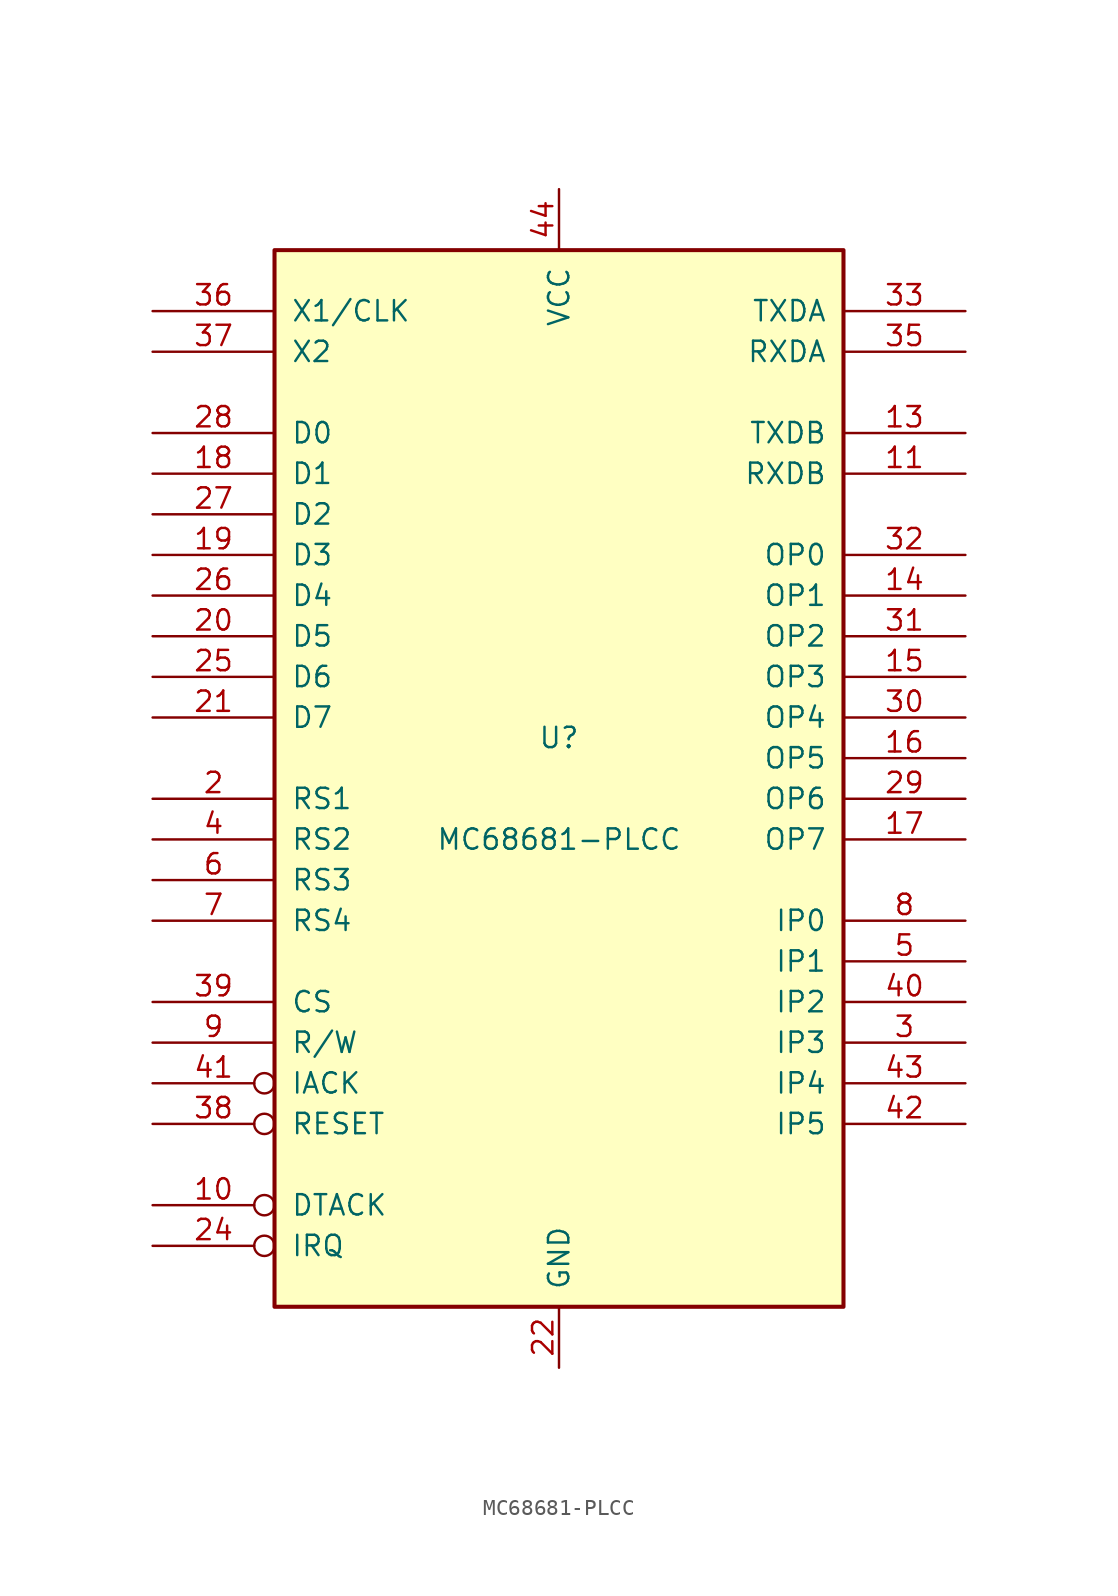
<source format=kicad_sym>
(kicad_symbol_lib
  (version 20211014)
  (generator kicad_symbol_editor)
  (symbol "MC68681-PLCC"
    (pin_names
      (offset 1.016))
    (property "Reference" "U"
      (at 0 3.81 0)
      (effects (font (size 1.27 1.27))))
    (property "Value" "MC68681-PLCC"
      (at 0 -2.54 0)
      (effects (font (size 1.27 1.27))))
    (symbol "MC68681-PLCC_0_1"
      (rectangle (start -17.78 -31.75) (end 17.78 34.29) (stroke (width 0.254) (type default) (color 0 0 0 0)) (fill (type background))))
    (symbol "MC68681-PLCC_1_1"
      (pin open_collector inverted (at -25.4 -25.4 0) (length 7.62) (name "DTACK" (effects (font (size 1.27 1.27)))) (number "10" (effects (font (size 1.27 1.27)))))
      (pin input line (at 25.4 20.32 180) (length 7.62) (name "RXDB" (effects (font (size 1.27 1.27)))) (number "11" (effects (font (size 1.27 1.27)))))
      (pin output line (at 25.4 22.86 180) (length 7.62) (name "TXDB" (effects (font (size 1.27 1.27)))) (number "13" (effects (font (size 1.27 1.27)))))
      (pin output line (at 25.4 12.7 180) (length 7.62) (name "OP1" (effects (font (size 1.27 1.27)))) (number "14" (effects (font (size 1.27 1.27)))))
      (pin output line (at 25.4 7.62 180) (length 7.62) (name "OP3" (effects (font (size 1.27 1.27)))) (number "15" (effects (font (size 1.27 1.27)))))
      (pin output line (at 25.4 2.54 180) (length 7.62) (name "OP5" (effects (font (size 1.27 1.27)))) (number "16" (effects (font (size 1.27 1.27)))))
      (pin output line (at 25.4 -2.54 180) (length 7.62) (name "OP7" (effects (font (size 1.27 1.27)))) (number "17" (effects (font (size 1.27 1.27)))))
      (pin tri_state line (at -25.4 20.32 0) (length 7.62) (name "D1" (effects (font (size 1.27 1.27)))) (number "18" (effects (font (size 1.27 1.27)))))
      (pin tri_state line (at -25.4 15.24 0) (length 7.62) (name "D3" (effects (font (size 1.27 1.27)))) (number "19" (effects (font (size 1.27 1.27)))))
      (pin input line (at -25.4 0 0) (length 7.62) (name "RS1" (effects (font (size 1.27 1.27)))) (number "2" (effects (font (size 1.27 1.27)))))
      (pin tri_state line (at -25.4 10.16 0) (length 7.62) (name "D5" (effects (font (size 1.27 1.27)))) (number "20" (effects (font (size 1.27 1.27)))))
      (pin tri_state line (at -25.4 5.08 0) (length 7.62) (name "D7" (effects (font (size 1.27 1.27)))) (number "21" (effects (font (size 1.27 1.27)))))
      (pin power_in line (at 0 -35.56 90) (length 3.81) (name "GND" (effects (font (size 1.27 1.27)))) (number "22" (effects (font (size 1.27 1.27)))))
      (pin output inverted (at -25.4 -27.94 0) (length 7.62) (name "IRQ" (effects (font (size 1.27 1.27)))) (number "24" (effects (font (size 1.27 1.27)))))
      (pin tri_state line (at -25.4 7.62 0) (length 7.62) (name "D6" (effects (font (size 1.27 1.27)))) (number "25" (effects (font (size 1.27 1.27)))))
      (pin tri_state line (at -25.4 12.7 0) (length 7.62) (name "D4" (effects (font (size 1.27 1.27)))) (number "26" (effects (font (size 1.27 1.27)))))
      (pin tri_state line (at -25.4 17.78 0) (length 7.62) (name "D2" (effects (font (size 1.27 1.27)))) (number "27" (effects (font (size 1.27 1.27)))))
      (pin tri_state line (at -25.4 22.86 0) (length 7.62) (name "D0" (effects (font (size 1.27 1.27)))) (number "28" (effects (font (size 1.27 1.27)))))
      (pin output line (at 25.4 0 180) (length 7.62) (name "OP6" (effects (font (size 1.27 1.27)))) (number "29" (effects (font (size 1.27 1.27)))))
      (pin input line (at 25.4 -15.24 180) (length 7.62) (name "IP3" (effects (font (size 1.27 1.27)))) (number "3" (effects (font (size 1.27 1.27)))))
      (pin output line (at 25.4 5.08 180) (length 7.62) (name "OP4" (effects (font (size 1.27 1.27)))) (number "30" (effects (font (size 1.27 1.27)))))
      (pin output line (at 25.4 10.16 180) (length 7.62) (name "OP2" (effects (font (size 1.27 1.27)))) (number "31" (effects (font (size 1.27 1.27)))))
      (pin output line (at 25.4 15.24 180) (length 7.62) (name "OP0" (effects (font (size 1.27 1.27)))) (number "32" (effects (font (size 1.27 1.27)))))
      (pin output line (at 25.4 30.48 180) (length 7.62) (name "TXDA" (effects (font (size 1.27 1.27)))) (number "33" (effects (font (size 1.27 1.27)))))
      (pin input line (at 25.4 27.94 180) (length 7.62) (name "RXDA" (effects (font (size 1.27 1.27)))) (number "35" (effects (font (size 1.27 1.27)))))
      (pin input line (at -25.4 30.48 0) (length 7.62) (name "X1/CLK" (effects (font (size 1.27 1.27)))) (number "36" (effects (font (size 1.27 1.27)))))
      (pin input line (at -25.4 27.94 0) (length 7.62) (name "X2" (effects (font (size 1.27 1.27)))) (number "37" (effects (font (size 1.27 1.27)))))
      (pin input inverted (at -25.4 -20.32 0) (length 7.62) (name "RESET" (effects (font (size 1.27 1.27)))) (number "38" (effects (font (size 1.27 1.27)))))
      (pin input line (at -25.4 -12.7 0) (length 7.62) (name "CS" (effects (font (size 1.27 1.27)))) (number "39" (effects (font (size 1.27 1.27)))))
      (pin input line (at -25.4 -2.54 0) (length 7.62) (name "RS2" (effects (font (size 1.27 1.27)))) (number "4" (effects (font (size 1.27 1.27)))))
      (pin input line (at 25.4 -12.7 180) (length 7.62) (name "IP2" (effects (font (size 1.27 1.27)))) (number "40" (effects (font (size 1.27 1.27)))))
      (pin input inverted (at -25.4 -17.78 0) (length 7.62) (name "IACK" (effects (font (size 1.27 1.27)))) (number "41" (effects (font (size 1.27 1.27)))))
      (pin input line (at 25.4 -20.32 180) (length 7.62) (name "IP5" (effects (font (size 1.27 1.27)))) (number "42" (effects (font (size 1.27 1.27)))))
      (pin input line (at 25.4 -17.78 180) (length 7.62) (name "IP4" (effects (font (size 1.27 1.27)))) (number "43" (effects (font (size 1.27 1.27)))))
      (pin power_in line (at 0 38.1 270) (length 3.81) (name "VCC" (effects (font (size 1.27 1.27)))) (number "44" (effects (font (size 1.27 1.27)))))
      (pin input line (at 25.4 -10.16 180) (length 7.62) (name "IP1" (effects (font (size 1.27 1.27)))) (number "5" (effects (font (size 1.27 1.27)))))
      (pin input line (at -25.4 -5.08 0) (length 7.62) (name "RS3" (effects (font (size 1.27 1.27)))) (number "6" (effects (font (size 1.27 1.27)))))
      (pin input line (at -25.4 -7.62 0) (length 7.62) (name "RS4" (effects (font (size 1.27 1.27)))) (number "7" (effects (font (size 1.27 1.27)))))
      (pin input line (at 25.4 -7.62 180) (length 7.62) (name "IP0" (effects (font (size 1.27 1.27)))) (number "8" (effects (font (size 1.27 1.27)))))
      (pin input line (at -25.4 -15.24 0) (length 7.62) (name "R/W" (effects (font (size 1.27 1.27)))) (number "9" (effects (font (size 1.27 1.27))))))))
</source>
